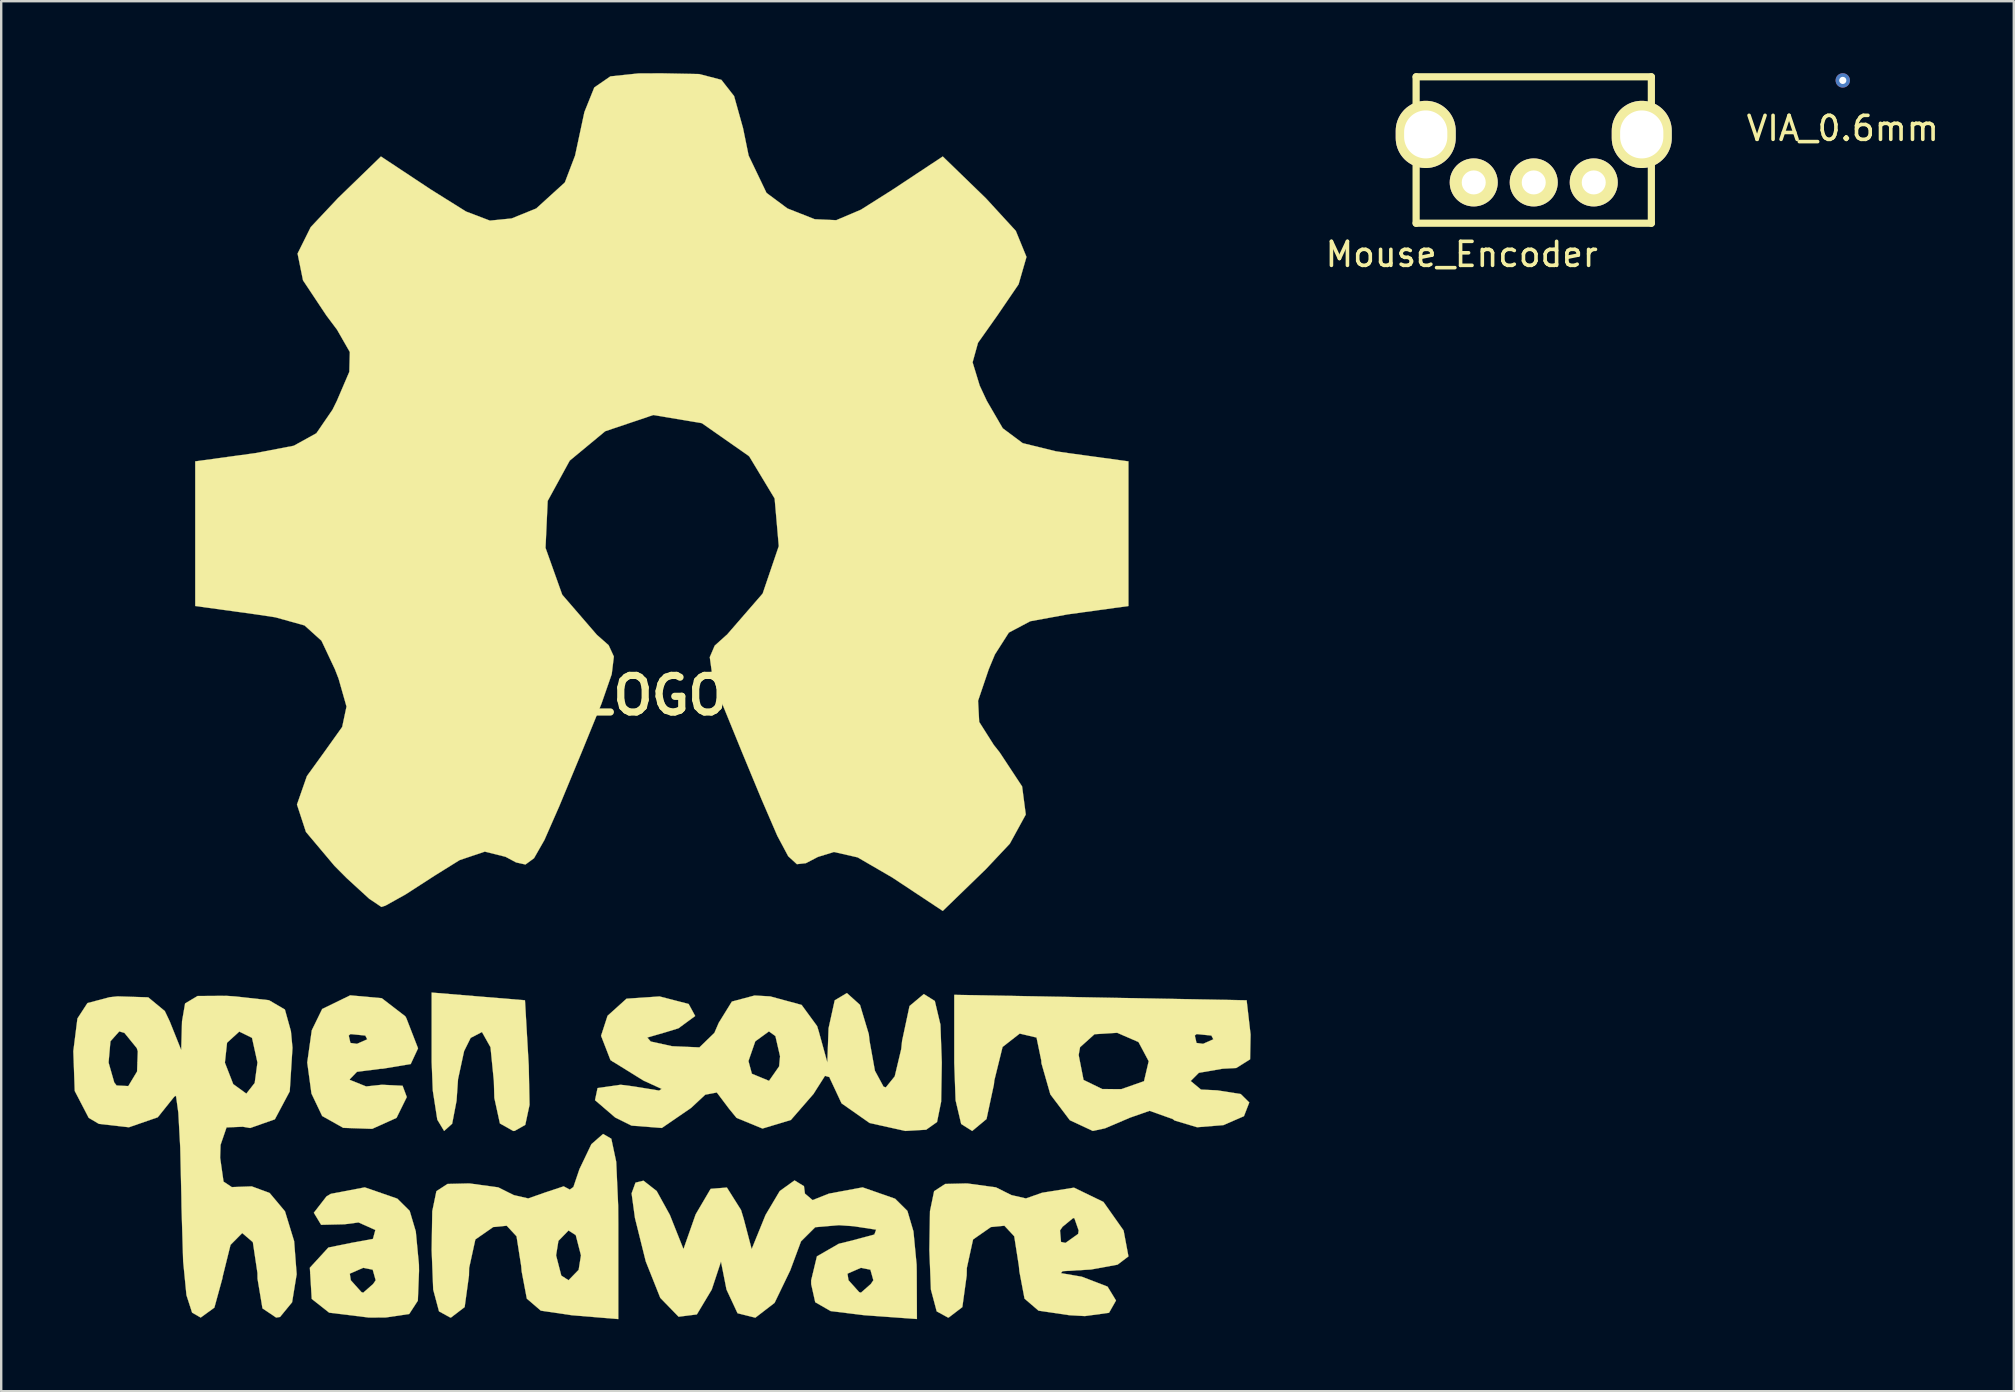
<source format=kicad_pcb>
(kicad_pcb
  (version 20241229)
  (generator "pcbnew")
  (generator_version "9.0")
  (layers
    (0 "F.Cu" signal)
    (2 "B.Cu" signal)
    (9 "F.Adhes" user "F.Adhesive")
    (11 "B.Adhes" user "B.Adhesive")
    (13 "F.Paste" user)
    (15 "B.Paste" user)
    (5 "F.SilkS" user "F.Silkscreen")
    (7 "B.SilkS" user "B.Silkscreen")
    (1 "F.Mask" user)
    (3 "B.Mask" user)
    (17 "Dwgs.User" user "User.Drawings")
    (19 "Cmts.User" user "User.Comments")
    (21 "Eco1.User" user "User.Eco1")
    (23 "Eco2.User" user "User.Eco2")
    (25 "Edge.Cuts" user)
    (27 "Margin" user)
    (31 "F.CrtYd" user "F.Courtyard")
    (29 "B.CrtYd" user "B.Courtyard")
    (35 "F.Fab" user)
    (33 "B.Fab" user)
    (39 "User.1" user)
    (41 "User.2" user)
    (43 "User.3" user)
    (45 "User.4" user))
  (footprint "VIA_0.6mm"
    (layer "F.Cu")
    (at 73.722 0.3)
    (property "Reference" "VIA_0.6mm" (at 0 2 0) (layer "F.SilkS") (effects (font (size 1 1) (thickness 0.15))))
    (attr through_hole)
    (pad "1" thru_hole circle (at 0 0) (size 0.6 0.6) (drill 0.3) (layers "*.Cu")))
  (footprint "Mouse_Encoder"
    (layer "F.Cu")
    (at 60.847 2.55)
    (property "Reference" "Mouse_Encoder" (at -3 5 0) (layer "F.SilkS") (effects (font (size 1 1) (thickness 0.15))))
    (attr through_hole)
    (fp_line (start -4.9 -2.4) (end 4.9 -2.4) (stroke (width 0.3) (type solid)) (layer "F.SilkS"))
    (fp_line (start -4.9 0) (end -4.9 -2.4) (stroke (width 0.3) (type solid)) (layer "F.SilkS"))
    (fp_line (start -4.9 3.7) (end -4.9 0) (stroke (width 0.3) (type solid)) (layer "F.SilkS"))
    (fp_line (start -4.9 3.7) (end 4.9 3.7) (stroke (width 0.3) (type solid)) (layer "F.SilkS"))
    (fp_line (start 4.9 -2.4) (end 4.9 0) (stroke (width 0.3) (type solid)) (layer "F.SilkS"))
    (fp_line (start 4.9 3.7) (end 4.9 0) (stroke (width 0.3) (type solid)) (layer "F.SilkS"))
    (pad "4" thru_hole oval (at -4.5 0) (size 2.5 2.8) (drill oval 1.8 2) (layers "*.Cu" "*.Mask" "F.SilkS"))
    (pad "5" thru_hole oval (at 4.5 0) (size 2.5 2.8) (drill oval 1.8 2) (layers "*.Cu" "*.Mask" "F.SilkS"))
    (pad "A" thru_hole circle (at -2.5 2) (size 2 2) (drill 1) (layers "*.Cu" "*.Mask" "F.SilkS"))
    (pad "B" thru_hole circle (at 0 2) (size 2 2) (drill 1) (layers "*.Cu" "*.Mask" "F.SilkS"))
    (pad "C" thru_hole circle (at 2.5 2) (size 2 2) (drill 1) (layers "*.Cu" "*.Mask" "F.SilkS")))
  (footprint "LOGO"
    (layer "F.Cu")
    (at 24.264 25.923)
    (property "Reference" "LOGO" (at 0 0 0) (layer "F.SilkS") (effects (font (size 1.524 1.524) (thickness 0.3))))
    (attr through_hole)
    (fp_poly (pts (xy -7.387 12.539) (xy -5.443 12.7) (xy -5.286 15.421) (xy -5.253 17.057) (xy -5.431 17.89) (xy -5.873 18.141) (xy -5.934 18.143) (xy -6.487 17.831) (xy -6.719 16.77) (xy -6.739 16.069) (xy -6.879 14.656) (xy -7.235 14.022) (xy -7.706 14.267) (xy -7.979 14.816) (xy -8.232 15.987) (xy -8.294 16.889) (xy -8.477 17.843) (xy -8.812 18.143) (xy -9.095 17.674) (xy -9.283 16.463) (xy -9.331 15.261) (xy -9.331 12.378) (xy -7.387 12.539)) (stroke (width 0.01) (type solid)) (fill yes) (layer "F.SilkS"))
    (fp_poly (pts (xy -11.409 12.613) (xy -10.43 13.366) (xy -10.386 13.443) (xy -9.898 14.701) (xy -10.203 15.356) (xy -11.371 15.551) (xy -11.435 15.551) (xy -12.443 15.68) (xy -12.745 15.993) (xy -12.73 16.021) (xy -12.06 16.289) (xy -11.404 16.219) (xy -10.542 16.261) (xy -10.367 16.731) (xy -10.794 17.598) (xy -11.809 18.056) (xy -13.015 18.014) (xy -13.892 17.521) (xy -14.338 16.585) (xy -14.514 15.292) (xy -14.356 14.169) (xy -12.786 14.169) (xy -12.715 14.477) (xy -12.441 14.514) (xy -12.014 14.325) (xy -12.095 14.169) (xy -12.71 14.107) (xy -12.786 14.169) (xy -14.356 14.169) (xy -14.325 13.95) (xy -13.892 13.063) (xy -12.725 12.494) (xy -11.409 12.613)) (stroke (width 0.01) (type solid)) (fill yes) (layer "F.SilkS"))
    (fp_poly (pts (xy -10.761 20.964) (xy -10.246 21.474) (xy -9.992 22.329) (xy -9.861 23.711) (xy -9.857 23.974) (xy -9.906 25.215) (xy -10.266 25.769) (xy -11.234 25.913) (xy -11.939 25.918) (xy -13.601 25.714) (xy -14.327 25.141) (xy -14.39 24.089) (xy -12.742 24.089) (xy -12.7 24.363) (xy -12.257 24.857) (xy -12.182 24.882) (xy -11.77 24.52) (xy -11.663 24.363) (xy -11.786 23.924) (xy -12.182 23.845) (xy -12.742 24.089) (xy -14.39 24.089) (xy -14.405 23.842) (xy -13.634 23.001) (xy -12.686 22.808) (xy -11.777 22.641) (xy -11.676 22.269) (xy -12.378 21.955) (xy -12.959 22.031) (xy -13.936 22.054) (xy -14.239 21.551) (xy -13.711 20.87) (xy -13.53 20.763) (xy -12.117 20.494) (xy -10.761 20.964)) (stroke (width 0.01) (type solid)) (fill yes) (layer "F.SilkS"))
    (fp_poly (pts (xy -1.846 18.468) (xy -1.642 19.429) (xy -1.56 21.268) (xy -1.555 22.019) (xy -1.555 25.981) (xy -3.499 25.82) (xy -4.783 25.63) (xy -5.366 25.13) (xy -5.581 23.995) (xy -5.6 23.771) (xy -5.67 23.327) (xy -4.147 23.327) (xy -3.93 24.169) (xy -3.629 24.363) (xy -3.207 23.929) (xy -3.11 23.327) (xy -3.327 22.484) (xy -3.629 22.29) (xy -4.05 22.724) (xy -4.147 23.327) (xy -5.67 23.327) (xy -5.795 22.532) (xy -6.204 22.092) (xy -6.767 22.147) (xy -7.51 22.664) (xy -7.77 23.853) (xy -7.776 24.165) (xy -7.956 25.482) (xy -8.527 25.918) (xy -8.553 25.918) (xy -9.024 25.66) (xy -9.266 24.754) (xy -9.331 23.102) (xy -9.305 21.486) (xy -9.133 20.653) (xy -8.671 20.352) (xy -7.775 20.33) (xy -7.757 20.33) (xy -6.559 20.493) (xy -5.911 20.816) (xy -5.308 20.955) (xy -4.634 20.718) (xy -3.831 20.451) (xy -3.577 20.587) (xy -3.426 20.48) (xy -3.174 19.736) (xy -2.676 18.695) (xy -2.189 18.268) (xy -1.846 18.468)) (stroke (width 0.01) (type solid)) (fill yes) (layer "F.SilkS"))
    (fp_poly (pts (xy 12.978 20.33) (xy 14.176 20.493) (xy 14.823 20.816) (xy 15.427 20.955) (xy 16.101 20.718) (xy 17.429 20.506) (xy 18.657 21.101) (xy 19.496 22.29) (xy 19.698 23.369) (xy 19.244 23.714) (xy 18.138 23.916) (xy 18.013 23.923) (xy 16.954 23.986) (xy 16.884 24.067) (xy 17.754 24.216) (xy 18.827 24.628) (xy 19.18 25.207) (xy 18.889 25.719) (xy 17.885 25.856) (xy 17.236 25.82) (xy 15.951 25.63) (xy 15.369 25.13) (xy 15.154 23.995) (xy 15.134 23.771) (xy 14.94 22.532) (xy 14.715 22.29) (xy 16.847 22.29) (xy 16.888 22.767) (xy 17.076 22.808) (xy 17.603 22.432) (xy 17.624 22.29) (xy 17.448 21.785) (xy 17.396 21.771) (xy 16.953 22.135) (xy 16.847 22.29) (xy 14.715 22.29) (xy 14.531 22.092) (xy 13.968 22.147) (xy 13.225 22.664) (xy 12.965 23.853) (xy 12.959 24.165) (xy 12.778 25.482) (xy 12.208 25.918) (xy 12.182 25.918) (xy 11.71 25.66) (xy 11.469 24.754) (xy 11.404 23.102) (xy 11.43 21.486) (xy 11.602 20.653) (xy 12.064 20.352) (xy 12.96 20.33) (xy 12.978 20.33)) (stroke (width 0.01) (type solid)) (fill yes) (layer "F.SilkS"))
    (fp_poly (pts (xy 18.532 12.587) (xy 24.622 12.7) (xy 24.786 14.126) (xy 24.766 15.16) (xy 24.189 15.521) (xy 23.62 15.551) (xy 22.63 15.722) (xy 22.29 16.063) (xy 22.72 16.42) (xy 23.399 16.452) (xy 24.376 16.606) (xy 24.732 16.957) (xy 24.51 17.528) (xy 23.654 17.9) (xy 22.559 17.989) (xy 21.621 17.708) (xy 21.539 17.646) (xy 20.578 17.305) (xy 19.765 17.589) (xy 18.722 18.034) (xy 18.214 18.143) (xy 17.257 17.696) (xy 16.445 16.621) (xy 16.072 15.316) (xy 16.069 15.217) (xy 16.02 14.981) (xy 17.624 14.981) (xy 17.828 16.018) (xy 18.609 16.399) (xy 19.405 16.401) (xy 20.347 16.07) (xy 20.542 15.238) (xy 20.117 14.44) (xy 19.493 14.169) (xy 22.463 14.169) (xy 22.534 14.477) (xy 22.808 14.514) (xy 23.235 14.325) (xy 23.154 14.169) (xy 22.539 14.107) (xy 22.463 14.169) (xy 19.493 14.169) (xy 19.23 14.054) (xy 18.284 14.114) (xy 17.681 14.656) (xy 17.624 14.981) (xy 16.02 14.981) (xy 15.869 14.252) (xy 15.176 14.089) (xy 15.162 14.092) (xy 14.454 14.644) (xy 14.109 16.045) (xy 14.094 16.203) (xy 13.785 17.647) (xy 13.19 18.143) (xy 13.187 18.143) (xy 12.73 17.853) (xy 12.497 16.866) (xy 12.441 15.308) (xy 12.441 12.473) (xy 18.532 12.587)) (stroke (width 0.01) (type solid)) (fill yes) (layer "F.SilkS"))
    (fp_poly (pts (xy 6.18 20.445) (xy 6.22 20.753) (xy 6.539 21.025) (xy 7.22 20.755) (xy 8.624 20.494) (xy 9.978 20.967) (xy 10.489 21.474) (xy 10.741 22.327) (xy 10.873 23.713) (xy 10.878 24.004) (xy 10.886 25.978) (xy 8.683 25.819) (xy 7.289 25.647) (xy 6.649 25.278) (xy 6.481 24.527) (xy 6.48 24.368) (xy 6.547 24.089) (xy 7.993 24.089) (xy 8.035 24.363) (xy 8.478 24.857) (xy 8.553 24.882) (xy 8.965 24.52) (xy 9.071 24.363) (xy 8.948 23.924) (xy 8.553 23.845) (xy 7.993 24.089) (xy 6.547 24.089) (xy 6.72 23.368) (xy 7.63 22.844) (xy 8.035 22.745) (xy 9.112 22.459) (xy 9.187 22.256) (xy 8.246 22.112) (xy 7.635 22.069) (xy 6.649 22.154) (xy 6.056 22.744) (xy 5.609 23.95) (xy 4.955 25.306) (xy 4.154 25.923) (xy 3.413 25.738) (xy 2.953 24.752) (xy 2.723 23.586) (xy 2.338 24.752) (xy 1.718 25.787) (xy 0.957 25.883) (xy 0.194 25.098) (xy -0.411 23.578) (xy -0.861 21.77) (xy -1.001 20.745) (xy -0.838 20.297) (xy -0.506 20.216) (xy 0.044 20.646) (xy 0.593 21.642) (xy 1.16 23.067) (xy 1.669 21.616) (xy 2.292 20.556) (xy 2.969 20.501) (xy 3.558 21.436) (xy 3.671 21.81) (xy 4.001 23.067) (xy 4.58 21.642) (xy 5.171 20.647) (xy 5.787 20.204) (xy 6.18 20.445)) (stroke (width 0.01) (type solid)) (fill yes) (layer "F.SilkS"))
    (fp_poly (pts (xy 8.514 12.891) (xy 8.882 14.113) (xy 8.911 14.385) (xy 9.136 15.635) (xy 9.494 16.297) (xy 9.59 16.329) (xy 9.961 15.87) (xy 10.232 14.733) (xy 10.269 14.385) (xy 10.578 12.938) (xy 11.173 12.441) (xy 11.176 12.441) (xy 11.632 12.729) (xy 11.865 13.713) (xy 11.922 15.292) (xy 11.895 16.922) (xy 11.724 17.77) (xy 11.271 18.092) (xy 10.404 18.143) (xy 8.915 17.813) (xy 7.746 16.993) (xy 7.25 15.932) (xy 7.25 15.903) (xy 7.056 15.848) (xy 6.601 16.563) (xy 6.589 16.588) (xy 5.635 17.686) (xy 4.453 18.043) (xy 3.371 17.599) (xy 3.058 17.216) (xy 2.55 16.541) (xy 2.067 16.633) (xy 1.478 17.183) (xy 0.259 18.019) (xy -1.004 17.921) (xy -1.685 17.583) (xy -2.525 16.861) (xy -2.419 16.357) (xy -1.458 16.219) (xy -0.907 16.29) (xy 0.146 16.461) (xy 0.249 16.39) (xy -0.504 16.046) (xy -1.817 15.232) (xy 3.867 15.232) (xy 4.01 15.76) (xy 4.725 16.056) (xy 5.146 15.452) (xy 5.184 15.033) (xy 4.99 14.19) (xy 4.721 13.996) (xy 4.152 14.409) (xy 3.867 15.232) (xy -1.817 15.232) (xy -1.88 15.193) (xy -2.273 14.179) (xy -2.003 13.346) (xy -1.213 12.634) (xy 0.164 12.54) (xy 1.376 12.854) (xy 1.648 13.354) (xy 0.95 13.867) (xy 0.419 14.03) (xy -0.347 14.252) (xy -0.203 14.418) (xy 0.685 14.613) (xy 1.824 14.662) (xy 2.448 14.058) (xy 2.629 13.639) (xy 3.177 12.753) (xy 4.123 12.501) (xy 4.774 12.538) (xy 6.082 12.893) (xy 6.729 13.777) (xy 6.796 13.996) (xy 7.154 15.292) (xy 7.205 13.866) (xy 7.461 12.702) (xy 7.969 12.399) (xy 8.514 12.891)) (stroke (width 0.01) (type solid)) (fill yes) (layer "F.SilkS"))
    (fp_poly (pts (xy -17.495 12.541) (xy -16.108 12.697) (xy -15.445 13.085) (xy -15.194 13.988) (xy -15.129 14.68) (xy -15.243 16.494) (xy -15.863 17.659) (xy -16.892 18.021) (xy -17.2 17.968) (xy -17.876 17.996) (xy -18.126 18.725) (xy -18.143 19.259) (xy -18.001 20.254) (xy -17.647 20.489) (xy -17.635 20.482) (xy -16.825 20.453) (xy -16.08 20.729) (xy -15.441 21.492) (xy -15.06 22.736) (xy -14.955 24.114) (xy -15.145 25.281) (xy -15.647 25.893) (xy -15.81 25.918) (xy -16.379 25.535) (xy -16.585 24.301) (xy -16.588 24.061) (xy -16.78 22.777) (xy -17.222 22.397) (xy -17.71 22.89) (xy -18.041 24.226) (xy -18.046 24.274) (xy -18.383 25.504) (xy -18.953 25.918) (xy -19.311 25.712) (xy -19.546 24.984) (xy -19.684 23.571) (xy -19.752 21.311) (xy -19.758 20.864) (xy -19.805 18.839) (xy -19.884 17.386) (xy -19.982 16.678) (xy -20.055 16.717) (xy -20.741 17.574) (xy -21.943 17.99) (xy -23.193 17.849) (xy -23.618 17.598) (xy -24.2 16.478) (xy -24.242 15.295) (xy -22.791 15.295) (xy -22.554 16.125) (xy -22.455 16.25) (xy -21.969 16.274) (xy -21.603 15.666) (xy -21.59 15.299) (xy -17.945 15.299) (xy -17.598 16.192) (xy -17.051 16.588) (xy -16.703 16.144) (xy -16.588 15.292) (xy -16.815 14.265) (xy -17.346 14.004) (xy -17.855 14.468) (xy -17.945 15.299) (xy -21.59 15.299) (xy -21.573 14.825) (xy -21.616 14.691) (xy -22.131 14.058) (xy -22.345 13.996) (xy -22.713 14.409) (xy -22.791 15.295) (xy -24.242 15.295) (xy -24.259 14.818) (xy -24.088 13.458) (xy -23.67 12.816) (xy -22.747 12.572) (xy -22.415 12.537) (xy -21.139 12.577) (xy -20.448 13.148) (xy -20.245 13.574) (xy -19.764 14.773) (xy -19.731 13.577) (xy -19.603 12.832) (xy -19.084 12.522) (xy -17.888 12.514) (xy -17.495 12.541)) (stroke (width 0.01) (type solid)) (fill yes) (layer "F.SilkS"))
    (fp_poly (pts (xy 1.815 -25.888) (xy 2.739 -25.647) (xy 3.269 -24.97) (xy 3.642 -23.633) (xy 3.875 -22.491) (xy 4.62 -20.936) (xy 5.493 -20.288) (xy 6.629 -19.84) (xy 7.524 -19.8) (xy 8.554 -20.237) (xy 9.88 -21.076) (xy 11.963 -22.454) (xy 13.757 -20.715) (xy 15.006 -19.354) (xy 15.45 -18.269) (xy 15.121 -17.128) (xy 14.237 -15.832) (xy 13.43 -14.691) (xy 13.205 -13.878) (xy 13.502 -12.906) (xy 13.796 -12.276) (xy 14.462 -11.13) (xy 15.292 -10.511) (xy 16.672 -10.172) (xy 17.184 -10.097) (xy 19.698 -9.752) (xy 19.698 -3.726) (xy 17.169 -3.378) (xy 15.607 -3.091) (xy 14.716 -2.619) (xy 14.135 -1.709) (xy 13.878 -1.09) (xy 13.433 0.223) (xy 13.48 1.102) (xy 14.086 2.059) (xy 14.331 2.369) (xy 15.268 3.791) (xy 15.421 4.961) (xy 14.756 6.176) (xy 13.757 7.238) (xy 11.963 8.977) (xy 9.86 7.585) (xy 8.416 6.746) (xy 7.429 6.521) (xy 6.761 6.727) (xy 6.26 6.988) (xy 5.885 7.029) (xy 5.524 6.699) (xy 5.069 5.846) (xy 4.409 4.318) (xy 3.611 2.393) (xy 2.802 0.41) (xy 2.36 -0.843) (xy 2.256 -1.595) (xy 2.461 -2.074) (xy 2.944 -2.509) (xy 2.972 -2.531) (xy 4.459 -4.245) (xy 5.131 -6.221) (xy 4.958 -8.205) (xy 3.909 -9.945) (xy 3.868 -9.986) (xy 1.927 -11.343) (xy -0.097 -11.683) (xy -2.1 -11.008) (xy -3.579 -9.783) (xy -4.497 -8.104) (xy -4.587 -6.148) (xy -3.891 -4.196) (xy -2.454 -2.532) (xy -2.454 -2.531) (xy -1.958 -2.093) (xy -1.74 -1.621) (xy -1.829 -0.886) (xy -2.255 0.34) (xy -3.048 2.284) (xy -3.093 2.393) (xy -4.011 4.607) (xy -4.632 6.02) (xy -5.066 6.781) (xy -5.423 7.043) (xy -5.814 6.956) (xy -6.252 6.722) (xy -7.116 6.506) (xy -8.166 6.86) (xy -9.192 7.498) (xy -10.417 8.289) (xy -11.257 8.757) (xy -11.423 8.812) (xy -11.929 8.473) (xy -12.867 7.614) (xy -13.376 7.103) (xy -14.568 5.686) (xy -14.942 4.545) (xy -14.528 3.36) (xy -13.812 2.369) (xy -13.058 1.312) (xy -12.878 0.462) (xy -13.207 -0.695) (xy -13.36 -1.09) (xy -13.92 -2.279) (xy -14.627 -2.917) (xy -15.842 -3.256) (xy -16.651 -3.378) (xy -19.18 -3.726) (xy -19.18 -9.752) (xy -16.666 -10.097) (xy -15.074 -10.403) (xy -14.134 -10.923) (xy -13.462 -11.903) (xy -13.278 -12.276) (xy -12.761 -13.483) (xy -12.74 -14.308) (xy -13.273 -15.239) (xy -13.718 -15.832) (xy -14.69 -17.294) (xy -14.917 -18.409) (xy -14.369 -19.511) (xy -13.238 -20.715) (xy -11.444 -22.454) (xy -9.362 -21.076) (xy -7.899 -20.161) (xy -6.904 -19.782) (xy -6.001 -19.872) (xy -4.974 -20.288) (xy -3.782 -21.372) (xy -3.356 -22.491) (xy -2.967 -24.305) (xy -2.555 -25.33) (xy -1.885 -25.791) (xy -0.717 -25.914) (xy 0.259 -25.918) (xy 1.815 -25.888)) (stroke (width 0.01) (type solid)) (fill yes) (layer "F.SilkS")))
  (gr_rect
    (start -3 -3)
    (end 80.847 54.909)
    (stroke (width 0.1) (type default))
    (fill no)
    (layer "Edge.Cuts")))
</source>
